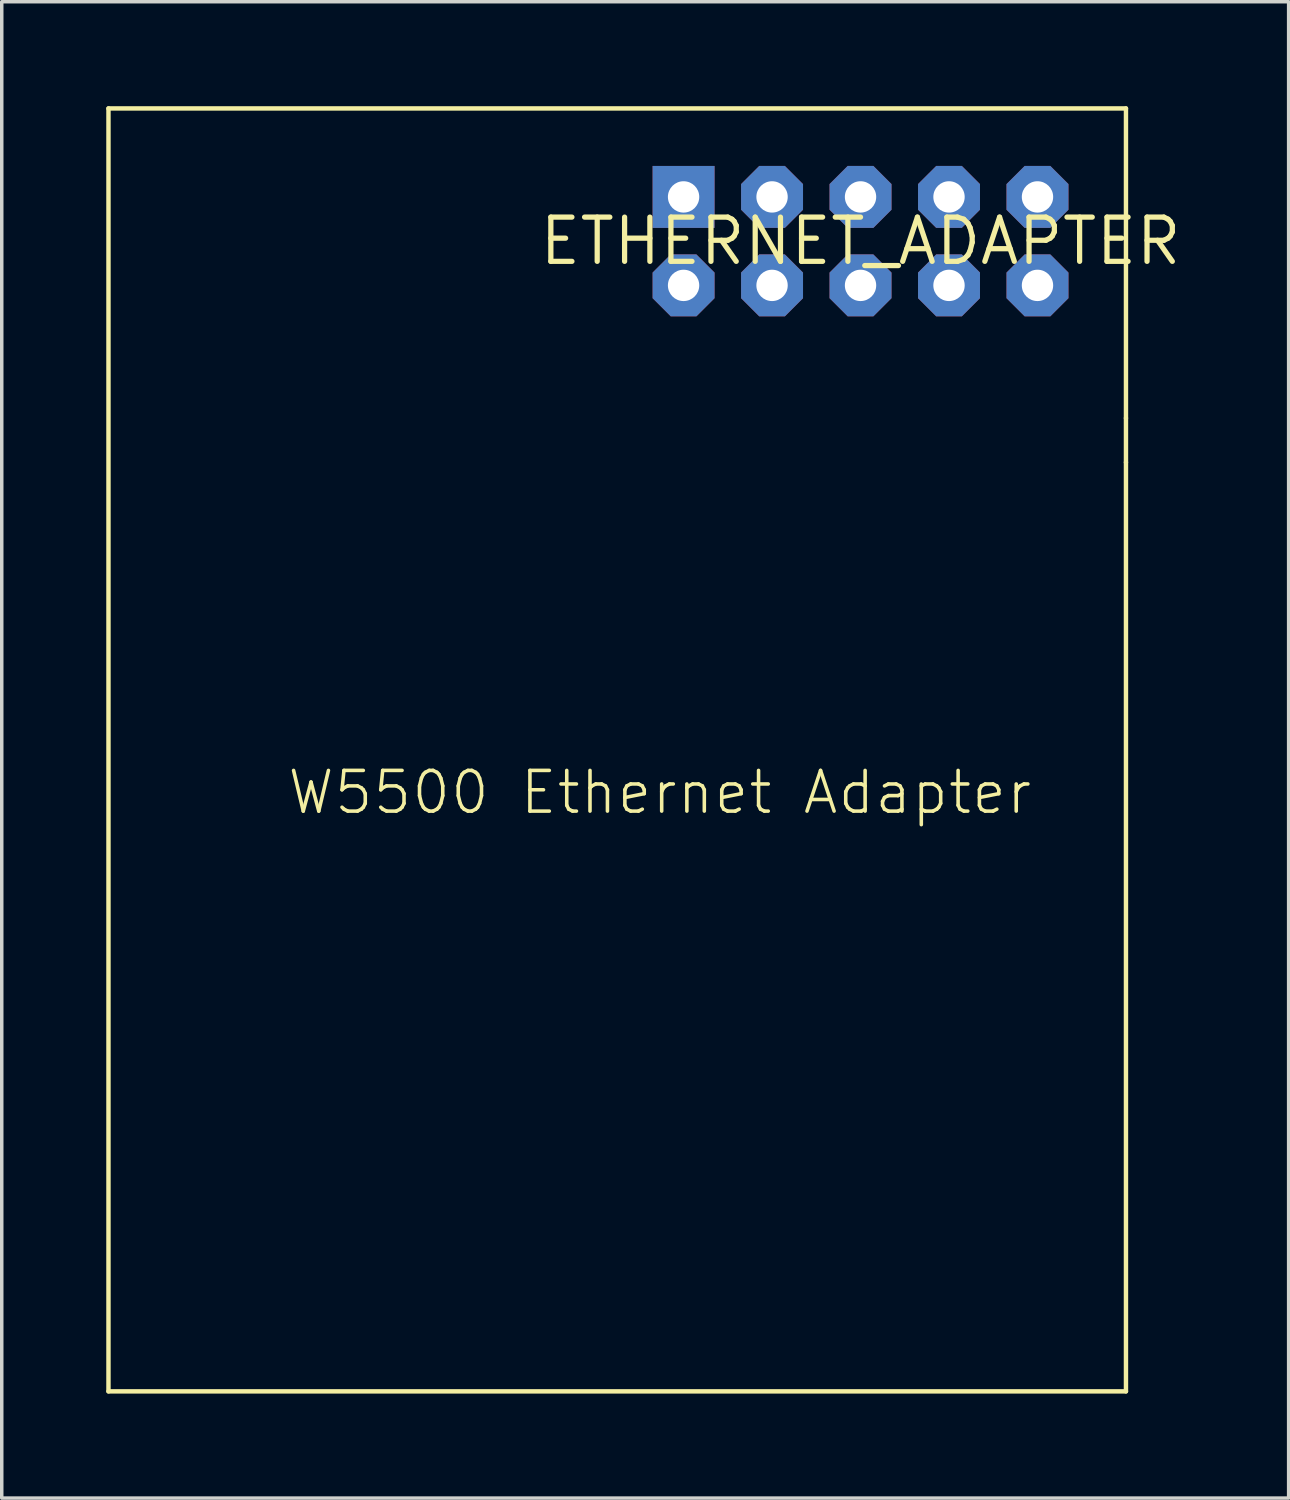
<source format=kicad_pcb>
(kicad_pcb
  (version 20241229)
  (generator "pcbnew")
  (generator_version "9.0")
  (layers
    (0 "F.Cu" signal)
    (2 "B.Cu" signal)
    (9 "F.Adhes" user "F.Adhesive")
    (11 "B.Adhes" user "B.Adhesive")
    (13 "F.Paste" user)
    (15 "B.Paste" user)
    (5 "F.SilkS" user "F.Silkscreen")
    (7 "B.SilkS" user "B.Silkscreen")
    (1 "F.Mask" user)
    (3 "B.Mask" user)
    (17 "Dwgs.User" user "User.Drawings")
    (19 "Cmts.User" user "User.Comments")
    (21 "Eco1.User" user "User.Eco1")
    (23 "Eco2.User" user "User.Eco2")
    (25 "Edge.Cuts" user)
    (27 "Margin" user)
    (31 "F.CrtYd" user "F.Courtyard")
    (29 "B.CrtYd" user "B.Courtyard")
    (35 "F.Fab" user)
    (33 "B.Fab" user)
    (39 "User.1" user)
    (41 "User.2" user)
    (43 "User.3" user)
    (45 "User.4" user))
  (footprint "ETHERNET_ADAPTER"
    (layer "F.Cu")
    (at 21.654 3.873)
    (property "Reference" "ETHERNET_ADAPTER" (at 0 0 0) (layer "F.SilkS") (effects (font (size 1.27 1.27) (thickness 0.15))))
    (fp_line (start -21.59 -3.81) (end -21.59 33.02) (stroke (width 0.127) (type solid)) (layer "F.SilkS"))
    (fp_line (start -21.59 33.02) (end 7.62 33.02) (stroke (width 0.127) (type solid)) (layer "F.SilkS"))
    (fp_line (start 7.62 -3.81) (end -21.59 -3.81) (stroke (width 0.127) (type solid)) (layer "F.SilkS"))
    (fp_line (start 7.62 5.08) (end 7.62 -3.81) (stroke (width 0.127) (type solid)) (layer "F.SilkS"))
    (fp_line (start 7.62 6.35) (end 7.62 5.08) (stroke (width 0.127) (type solid)) (layer "F.SilkS"))
    (fp_line (start 7.62 33.02) (end 7.62 6.35) (stroke (width 0.127) (type solid)) (layer "F.SilkS"))
    (fp_text user "W5500 Ethernet Adapter" (at -16.51 16.51 0) (layer "F.SilkS") (effects (font (size 1.168 1.168) (thickness 0.102)) (justify left bottom)))
    (pad "3V3" thru_hole roundrect (at 5.08 1.27) (size 1.778 1.778) (drill 0.9) (layers "*.Cu" "*.Mask") (roundrect_rratio 0.25) (chamfer_ratio 0.293) (chamfer top_left top_right bottom_left bottom_right))
    (pad "5V" thru_hole roundrect (at 5.08 -1.27) (size 1.778 1.778) (drill 0.9) (layers "*.Cu" "*.Mask") (roundrect_rratio 0.25) (chamfer_ratio 0.293) (chamfer top_left top_right bottom_left bottom_right))
    (pad "GND@1" thru_hole rect (at -5.08 -1.27) (size 1.778 1.778) (drill 0.9) (layers "*.Cu" "*.Mask"))
    (pad "GND@2" thru_hole roundrect (at 2.54 -1.27) (size 1.778 1.778) (drill 0.9) (layers "*.Cu" "*.Mask") (roundrect_rratio 0.25) (chamfer_ratio 0.293) (chamfer top_left top_right bottom_left bottom_right))
    (pad "INT" thru_hole roundrect (at -2.54 -1.27) (size 1.778 1.778) (drill 0.9) (layers "*.Cu" "*.Mask") (roundrect_rratio 0.25) (chamfer_ratio 0.293) (chamfer top_left top_right bottom_left bottom_right))
    (pad "MISO" thru_hole roundrect (at 2.54 1.27) (size 1.778 1.778) (drill 0.9) (layers "*.Cu" "*.Mask") (roundrect_rratio 0.25) (chamfer_ratio 0.293) (chamfer top_left top_right bottom_left bottom_right))
    (pad "MOSI" thru_hole roundrect (at 0 1.27) (size 1.778 1.778) (drill 0.9) (layers "*.Cu" "*.Mask") (roundrect_rratio 0.25) (chamfer_ratio 0.293) (chamfer top_left top_right bottom_left bottom_right))
    (pad "RST" thru_hole roundrect (at 0 -1.27) (size 1.778 1.778) (drill 0.9) (layers "*.Cu" "*.Mask") (roundrect_rratio 0.25) (chamfer_ratio 0.293) (chamfer top_left top_right bottom_left bottom_right))
    (pad "SCLK" thru_hole roundrect (at -5.08 1.27) (size 1.778 1.778) (drill 0.9) (layers "*.Cu" "*.Mask") (roundrect_rratio 0.25) (chamfer_ratio 0.293) (chamfer top_left top_right bottom_left bottom_right))
    (pad "SCS" thru_hole roundrect (at -2.54 1.27) (size 1.778 1.778) (drill 0.9) (layers "*.Cu" "*.Mask") (roundrect_rratio 0.25) (chamfer_ratio 0.293) (chamfer top_left top_right bottom_left bottom_right)))
  (gr_rect
    (start -3 -3)
    (end 33.944 39.957)
    (stroke (width 0.1) (type default))
    (fill no)
    (layer "Edge.Cuts")))
</source>
